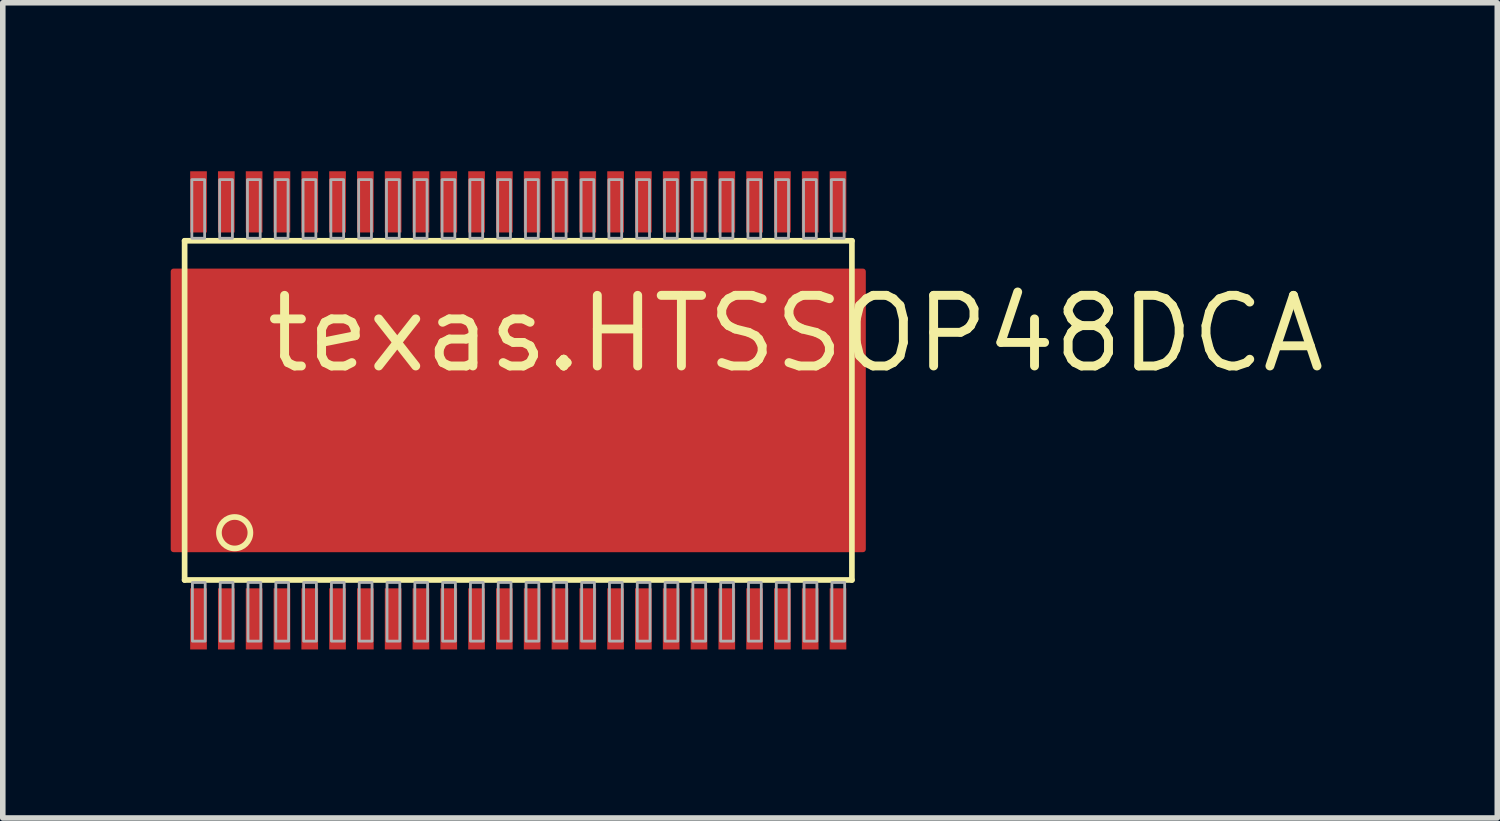
<source format=kicad_pcb>
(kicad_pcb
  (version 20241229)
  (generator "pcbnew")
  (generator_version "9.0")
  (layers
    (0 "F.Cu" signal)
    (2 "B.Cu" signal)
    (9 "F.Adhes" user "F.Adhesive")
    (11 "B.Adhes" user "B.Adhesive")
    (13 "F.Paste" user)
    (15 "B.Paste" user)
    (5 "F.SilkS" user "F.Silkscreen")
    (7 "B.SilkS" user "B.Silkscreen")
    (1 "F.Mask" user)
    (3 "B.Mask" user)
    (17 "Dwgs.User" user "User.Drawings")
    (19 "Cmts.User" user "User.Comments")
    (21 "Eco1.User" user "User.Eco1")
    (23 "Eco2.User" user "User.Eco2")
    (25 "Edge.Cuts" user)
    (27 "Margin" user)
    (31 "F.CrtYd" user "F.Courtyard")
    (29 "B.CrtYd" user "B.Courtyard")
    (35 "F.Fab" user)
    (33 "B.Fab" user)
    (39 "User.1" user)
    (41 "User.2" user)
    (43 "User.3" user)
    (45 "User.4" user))
  (footprint "texas.HTSSOP48DCA"
    (layer "F.Cu")
    (at 6.27 4.33)
    (property "Reference" "texas.HTSSOP48DCA" (at -4.61 -0.635 0) (layer "F.SilkS") (effects (font (size 1.27 1.27) (thickness 0.16)) (justify left bottom)))
    (attr smd)
    (fp_rect (start -6.245 2.55) (end 6.25 -2.55) (stroke (width 0.05) (type default)) (fill yes) (layer "F.Mask"))
    (fp_rect (start -5.905 -3.195) (end -5.595 -4.305) (stroke (width 0.05) (type default)) (fill yes) (layer "F.Mask"))
    (fp_rect (start -5.905 4.305) (end -5.595 3.195) (stroke (width 0.05) (type default)) (fill yes) (layer "F.Mask"))
    (fp_rect (start -5.405 -3.195) (end -5.095 -4.305) (stroke (width 0.05) (type default)) (fill yes) (layer "F.Mask"))
    (fp_rect (start -5.405 4.305) (end -5.095 3.195) (stroke (width 0.05) (type default)) (fill yes) (layer "F.Mask"))
    (fp_rect (start -4.905 -3.195) (end -4.595 -4.305) (stroke (width 0.05) (type default)) (fill yes) (layer "F.Mask"))
    (fp_rect (start -4.905 4.305) (end -4.595 3.195) (stroke (width 0.05) (type default)) (fill yes) (layer "F.Mask"))
    (fp_rect (start -4.405 -3.195) (end -4.095 -4.305) (stroke (width 0.05) (type default)) (fill yes) (layer "F.Mask"))
    (fp_rect (start -4.405 4.305) (end -4.095 3.195) (stroke (width 0.05) (type default)) (fill yes) (layer "F.Mask"))
    (fp_rect (start -3.905 -3.195) (end -3.595 -4.305) (stroke (width 0.05) (type default)) (fill yes) (layer "F.Mask"))
    (fp_rect (start -3.905 4.305) (end -3.595 3.195) (stroke (width 0.05) (type default)) (fill yes) (layer "F.Mask"))
    (fp_rect (start -3.405 -3.195) (end -3.095 -4.305) (stroke (width 0.05) (type default)) (fill yes) (layer "F.Mask"))
    (fp_rect (start -3.405 4.305) (end -3.095 3.195) (stroke (width 0.05) (type default)) (fill yes) (layer "F.Mask"))
    (fp_rect (start -2.905 -3.195) (end -2.595 -4.305) (stroke (width 0.05) (type default)) (fill yes) (layer "F.Mask"))
    (fp_rect (start -2.905 4.305) (end -2.595 3.195) (stroke (width 0.05) (type default)) (fill yes) (layer "F.Mask"))
    (fp_rect (start -2.405 -3.195) (end -2.095 -4.305) (stroke (width 0.05) (type default)) (fill yes) (layer "F.Mask"))
    (fp_rect (start -2.405 4.305) (end -2.095 3.195) (stroke (width 0.05) (type default)) (fill yes) (layer "F.Mask"))
    (fp_rect (start -1.905 -3.195) (end -1.595 -4.305) (stroke (width 0.05) (type default)) (fill yes) (layer "F.Mask"))
    (fp_rect (start -1.905 4.305) (end -1.595 3.195) (stroke (width 0.05) (type default)) (fill yes) (layer "F.Mask"))
    (fp_rect (start -1.405 -3.195) (end -1.095 -4.305) (stroke (width 0.05) (type default)) (fill yes) (layer "F.Mask"))
    (fp_rect (start -1.405 4.305) (end -1.095 3.195) (stroke (width 0.05) (type default)) (fill yes) (layer "F.Mask"))
    (fp_rect (start -0.905 -3.195) (end -0.595 -4.305) (stroke (width 0.05) (type default)) (fill yes) (layer "F.Mask"))
    (fp_rect (start -0.905 4.305) (end -0.595 3.195) (stroke (width 0.05) (type default)) (fill yes) (layer "F.Mask"))
    (fp_rect (start -0.405 -3.195) (end -0.095 -4.305) (stroke (width 0.05) (type default)) (fill yes) (layer "F.Mask"))
    (fp_rect (start -0.405 4.305) (end -0.095 3.195) (stroke (width 0.05) (type default)) (fill yes) (layer "F.Mask"))
    (fp_rect (start 0.095 -3.195) (end 0.405 -4.305) (stroke (width 0.05) (type default)) (fill yes) (layer "F.Mask"))
    (fp_rect (start 0.095 4.305) (end 0.405 3.195) (stroke (width 0.05) (type default)) (fill yes) (layer "F.Mask"))
    (fp_rect (start 0.595 -3.195) (end 0.905 -4.305) (stroke (width 0.05) (type default)) (fill yes) (layer "F.Mask"))
    (fp_rect (start 0.595 4.305) (end 0.905 3.195) (stroke (width 0.05) (type default)) (fill yes) (layer "F.Mask"))
    (fp_rect (start 1.095 -3.195) (end 1.405 -4.305) (stroke (width 0.05) (type default)) (fill yes) (layer "F.Mask"))
    (fp_rect (start 1.095 4.305) (end 1.405 3.195) (stroke (width 0.05) (type default)) (fill yes) (layer "F.Mask"))
    (fp_rect (start 1.595 -3.195) (end 1.905 -4.305) (stroke (width 0.05) (type default)) (fill yes) (layer "F.Mask"))
    (fp_rect (start 1.595 4.305) (end 1.905 3.195) (stroke (width 0.05) (type default)) (fill yes) (layer "F.Mask"))
    (fp_rect (start 2.095 -3.195) (end 2.405 -4.305) (stroke (width 0.05) (type default)) (fill yes) (layer "F.Mask"))
    (fp_rect (start 2.095 4.305) (end 2.405 3.195) (stroke (width 0.05) (type default)) (fill yes) (layer "F.Mask"))
    (fp_rect (start 2.595 -3.195) (end 2.905 -4.305) (stroke (width 0.05) (type default)) (fill yes) (layer "F.Mask"))
    (fp_rect (start 2.595 4.305) (end 2.905 3.195) (stroke (width 0.05) (type default)) (fill yes) (layer "F.Mask"))
    (fp_rect (start 3.095 -3.195) (end 3.405 -4.305) (stroke (width 0.05) (type default)) (fill yes) (layer "F.Mask"))
    (fp_rect (start 3.095 4.305) (end 3.405 3.195) (stroke (width 0.05) (type default)) (fill yes) (layer "F.Mask"))
    (fp_rect (start 3.595 -3.195) (end 3.905 -4.305) (stroke (width 0.05) (type default)) (fill yes) (layer "F.Mask"))
    (fp_rect (start 3.595 4.305) (end 3.905 3.195) (stroke (width 0.05) (type default)) (fill yes) (layer "F.Mask"))
    (fp_rect (start 4.095 -3.195) (end 4.405 -4.305) (stroke (width 0.05) (type default)) (fill yes) (layer "F.Mask"))
    (fp_rect (start 4.095 4.305) (end 4.405 3.195) (stroke (width 0.05) (type default)) (fill yes) (layer "F.Mask"))
    (fp_rect (start 4.595 -3.195) (end 4.905 -4.305) (stroke (width 0.05) (type default)) (fill yes) (layer "F.Mask"))
    (fp_rect (start 4.595 4.305) (end 4.905 3.195) (stroke (width 0.05) (type default)) (fill yes) (layer "F.Mask"))
    (fp_rect (start 5.095 -3.195) (end 5.405 -4.305) (stroke (width 0.05) (type default)) (fill yes) (layer "F.Mask"))
    (fp_rect (start 5.095 4.305) (end 5.405 3.195) (stroke (width 0.05) (type default)) (fill yes) (layer "F.Mask"))
    (fp_rect (start 5.595 -3.195) (end 5.905 -4.305) (stroke (width 0.05) (type default)) (fill yes) (layer "F.Mask"))
    (fp_rect (start 5.595 4.305) (end 5.905 3.195) (stroke (width 0.05) (type default)) (fill yes) (layer "F.Mask"))
    (fp_line (start -6 -3.05) (end 6 -3.05) (stroke (width 0.102) (type default)) (layer "F.SilkS"))
    (fp_line (start -6 3.05) (end -6 -3.05) (stroke (width 0.102) (type default)) (layer "F.SilkS"))
    (fp_line (start 6 -3.05) (end 6 3.05) (stroke (width 0.102) (type default)) (layer "F.SilkS"))
    (fp_line (start 6 3.05) (end -6 3.05) (stroke (width 0.102) (type default)) (layer "F.SilkS"))
    (fp_circle (center -5.1 2.2) (end -4.817 2.2) (stroke (width 0.102) (type default)) (fill no) (layer "F.SilkS"))
    (fp_rect (start -5.89 -3.215) (end -5.61 -4.285) (stroke (width 0.05) (type default)) (fill yes) (layer "F.Paste"))
    (fp_rect (start -5.89 4.285) (end -5.61 3.215) (stroke (width 0.05) (type default)) (fill yes) (layer "F.Paste"))
    (fp_rect (start -5.39 -3.215) (end -5.11 -4.285) (stroke (width 0.05) (type default)) (fill yes) (layer "F.Paste"))
    (fp_rect (start -5.39 4.285) (end -5.11 3.215) (stroke (width 0.05) (type default)) (fill yes) (layer "F.Paste"))
    (fp_rect (start -4.89 -3.215) (end -4.61 -4.285) (stroke (width 0.05) (type default)) (fill yes) (layer "F.Paste"))
    (fp_rect (start -4.89 4.285) (end -4.61 3.215) (stroke (width 0.05) (type default)) (fill yes) (layer "F.Paste"))
    (fp_rect (start -4.39 -3.215) (end -4.11 -4.285) (stroke (width 0.05) (type default)) (fill yes) (layer "F.Paste"))
    (fp_rect (start -4.39 4.285) (end -4.11 3.215) (stroke (width 0.05) (type default)) (fill yes) (layer "F.Paste"))
    (fp_rect (start -3.89 -3.215) (end -3.61 -4.285) (stroke (width 0.05) (type default)) (fill yes) (layer "F.Paste"))
    (fp_rect (start -3.89 4.285) (end -3.61 3.215) (stroke (width 0.05) (type default)) (fill yes) (layer "F.Paste"))
    (fp_rect (start -3.39 -3.215) (end -3.11 -4.285) (stroke (width 0.05) (type default)) (fill yes) (layer "F.Paste"))
    (fp_rect (start -3.39 4.285) (end -3.11 3.215) (stroke (width 0.05) (type default)) (fill yes) (layer "F.Paste"))
    (fp_rect (start -2.89 -3.215) (end -2.61 -4.285) (stroke (width 0.05) (type default)) (fill yes) (layer "F.Paste"))
    (fp_rect (start -2.89 4.285) (end -2.61 3.215) (stroke (width 0.05) (type default)) (fill yes) (layer "F.Paste"))
    (fp_rect (start -2.39 -3.215) (end -2.11 -4.285) (stroke (width 0.05) (type default)) (fill yes) (layer "F.Paste"))
    (fp_rect (start -2.39 4.285) (end -2.11 3.215) (stroke (width 0.05) (type default)) (fill yes) (layer "F.Paste"))
    (fp_rect (start -1.89 -3.215) (end -1.61 -4.285) (stroke (width 0.05) (type default)) (fill yes) (layer "F.Paste"))
    (fp_rect (start -1.89 4.285) (end -1.61 3.215) (stroke (width 0.05) (type default)) (fill yes) (layer "F.Paste"))
    (fp_rect (start -1.39 -3.215) (end -1.11 -4.285) (stroke (width 0.05) (type default)) (fill yes) (layer "F.Paste"))
    (fp_rect (start -1.39 4.285) (end -1.11 3.215) (stroke (width 0.05) (type default)) (fill yes) (layer "F.Paste"))
    (fp_rect (start -0.89 -3.215) (end -0.61 -4.285) (stroke (width 0.05) (type default)) (fill yes) (layer "F.Paste"))
    (fp_rect (start -0.89 4.285) (end -0.61 3.215) (stroke (width 0.05) (type default)) (fill yes) (layer "F.Paste"))
    (fp_rect (start -0.39 -3.215) (end -0.11 -4.285) (stroke (width 0.05) (type default)) (fill yes) (layer "F.Paste"))
    (fp_rect (start -0.39 4.285) (end -0.11 3.215) (stroke (width 0.05) (type default)) (fill yes) (layer "F.Paste"))
    (fp_rect (start 0.11 -3.215) (end 0.39 -4.285) (stroke (width 0.05) (type default)) (fill yes) (layer "F.Paste"))
    (fp_rect (start 0.11 4.285) (end 0.39 3.215) (stroke (width 0.05) (type default)) (fill yes) (layer "F.Paste"))
    (fp_rect (start 0.61 -3.215) (end 0.89 -4.285) (stroke (width 0.05) (type default)) (fill yes) (layer "F.Paste"))
    (fp_rect (start 0.61 4.285) (end 0.89 3.215) (stroke (width 0.05) (type default)) (fill yes) (layer "F.Paste"))
    (fp_rect (start 1.11 -3.215) (end 1.39 -4.285) (stroke (width 0.05) (type default)) (fill yes) (layer "F.Paste"))
    (fp_rect (start 1.11 4.285) (end 1.39 3.215) (stroke (width 0.05) (type default)) (fill yes) (layer "F.Paste"))
    (fp_rect (start 1.61 -3.215) (end 1.89 -4.285) (stroke (width 0.05) (type default)) (fill yes) (layer "F.Paste"))
    (fp_rect (start 1.61 4.285) (end 1.89 3.215) (stroke (width 0.05) (type default)) (fill yes) (layer "F.Paste"))
    (fp_rect (start 2.11 -3.215) (end 2.39 -4.285) (stroke (width 0.05) (type default)) (fill yes) (layer "F.Paste"))
    (fp_rect (start 2.11 4.285) (end 2.39 3.215) (stroke (width 0.05) (type default)) (fill yes) (layer "F.Paste"))
    (fp_rect (start 2.61 -3.215) (end 2.89 -4.285) (stroke (width 0.05) (type default)) (fill yes) (layer "F.Paste"))
    (fp_rect (start 2.61 4.285) (end 2.89 3.215) (stroke (width 0.05) (type default)) (fill yes) (layer "F.Paste"))
    (fp_rect (start 3.11 -3.215) (end 3.39 -4.285) (stroke (width 0.05) (type default)) (fill yes) (layer "F.Paste"))
    (fp_rect (start 3.11 4.285) (end 3.39 3.215) (stroke (width 0.05) (type default)) (fill yes) (layer "F.Paste"))
    (fp_rect (start 3.61 -3.215) (end 3.89 -4.285) (stroke (width 0.05) (type default)) (fill yes) (layer "F.Paste"))
    (fp_rect (start 3.61 4.285) (end 3.89 3.215) (stroke (width 0.05) (type default)) (fill yes) (layer "F.Paste"))
    (fp_rect (start 4.11 -3.215) (end 4.39 -4.285) (stroke (width 0.05) (type default)) (fill yes) (layer "F.Paste"))
    (fp_rect (start 4.11 4.285) (end 4.39 3.215) (stroke (width 0.05) (type default)) (fill yes) (layer "F.Paste"))
    (fp_rect (start 4.61 -3.215) (end 4.89 -4.285) (stroke (width 0.05) (type default)) (fill yes) (layer "F.Paste"))
    (fp_rect (start 4.61 4.285) (end 4.89 3.215) (stroke (width 0.05) (type default)) (fill yes) (layer "F.Paste"))
    (fp_rect (start 5.11 -3.215) (end 5.39 -4.285) (stroke (width 0.05) (type default)) (fill yes) (layer "F.Paste"))
    (fp_rect (start 5.11 4.285) (end 5.39 3.215) (stroke (width 0.05) (type default)) (fill yes) (layer "F.Paste"))
    (fp_rect (start 5.61 -3.215) (end 5.89 -4.285) (stroke (width 0.05) (type default)) (fill yes) (layer "F.Paste"))
    (fp_rect (start 5.61 4.285) (end 5.89 3.215) (stroke (width 0.05) (type default)) (fill yes) (layer "F.Paste"))
    (fp_rect (start -5.87 -3.095) (end -5.64 -4.15) (stroke (width 0.05) (type default)) (fill no) (layer "F.Fab"))
    (fp_rect (start -5.86 4.15) (end -5.63 3.095) (stroke (width 0.05) (type default)) (fill no) (layer "F.Fab"))
    (fp_rect (start -5.37 -3.095) (end -5.14 -4.15) (stroke (width 0.05) (type default)) (fill no) (layer "F.Fab"))
    (fp_rect (start -5.36 4.15) (end -5.13 3.095) (stroke (width 0.05) (type default)) (fill no) (layer "F.Fab"))
    (fp_rect (start -4.87 -3.095) (end -4.64 -4.15) (stroke (width 0.05) (type default)) (fill no) (layer "F.Fab"))
    (fp_rect (start -4.86 4.15) (end -4.63 3.095) (stroke (width 0.05) (type default)) (fill no) (layer "F.Fab"))
    (fp_rect (start -4.37 -3.095) (end -4.14 -4.15) (stroke (width 0.05) (type default)) (fill no) (layer "F.Fab"))
    (fp_rect (start -4.36 4.15) (end -4.13 3.095) (stroke (width 0.05) (type default)) (fill no) (layer "F.Fab"))
    (fp_rect (start -3.87 -3.095) (end -3.64 -4.15) (stroke (width 0.05) (type default)) (fill no) (layer "F.Fab"))
    (fp_rect (start -3.86 4.15) (end -3.63 3.095) (stroke (width 0.05) (type default)) (fill no) (layer "F.Fab"))
    (fp_rect (start -3.37 -3.095) (end -3.14 -4.15) (stroke (width 0.05) (type default)) (fill no) (layer "F.Fab"))
    (fp_rect (start -3.36 4.15) (end -3.13 3.095) (stroke (width 0.05) (type default)) (fill no) (layer "F.Fab"))
    (fp_rect (start -2.87 -3.095) (end -2.64 -4.15) (stroke (width 0.05) (type default)) (fill no) (layer "F.Fab"))
    (fp_rect (start -2.86 4.15) (end -2.63 3.095) (stroke (width 0.05) (type default)) (fill no) (layer "F.Fab"))
    (fp_rect (start -2.37 -3.095) (end -2.14 -4.15) (stroke (width 0.05) (type default)) (fill no) (layer "F.Fab"))
    (fp_rect (start -2.36 4.15) (end -2.13 3.095) (stroke (width 0.05) (type default)) (fill no) (layer "F.Fab"))
    (fp_rect (start -1.87 -3.095) (end -1.64 -4.15) (stroke (width 0.05) (type default)) (fill no) (layer "F.Fab"))
    (fp_rect (start -1.86 4.15) (end -1.63 3.095) (stroke (width 0.05) (type default)) (fill no) (layer "F.Fab"))
    (fp_rect (start -1.37 -3.095) (end -1.14 -4.15) (stroke (width 0.05) (type default)) (fill no) (layer "F.Fab"))
    (fp_rect (start -1.36 4.15) (end -1.13 3.095) (stroke (width 0.05) (type default)) (fill no) (layer "F.Fab"))
    (fp_rect (start -0.87 -3.095) (end -0.64 -4.15) (stroke (width 0.05) (type default)) (fill no) (layer "F.Fab"))
    (fp_rect (start -0.86 4.15) (end -0.63 3.095) (stroke (width 0.05) (type default)) (fill no) (layer "F.Fab"))
    (fp_rect (start -0.37 -3.095) (end -0.14 -4.15) (stroke (width 0.05) (type default)) (fill no) (layer "F.Fab"))
    (fp_rect (start -0.36 4.15) (end -0.13 3.095) (stroke (width 0.05) (type default)) (fill no) (layer "F.Fab"))
    (fp_rect (start 0.13 -3.095) (end 0.36 -4.15) (stroke (width 0.05) (type default)) (fill no) (layer "F.Fab"))
    (fp_rect (start 0.14 4.15) (end 0.37 3.095) (stroke (width 0.05) (type default)) (fill no) (layer "F.Fab"))
    (fp_rect (start 0.63 -3.095) (end 0.86 -4.15) (stroke (width 0.05) (type default)) (fill no) (layer "F.Fab"))
    (fp_rect (start 0.64 4.15) (end 0.87 3.095) (stroke (width 0.05) (type default)) (fill no) (layer "F.Fab"))
    (fp_rect (start 1.13 -3.095) (end 1.36 -4.15) (stroke (width 0.05) (type default)) (fill no) (layer "F.Fab"))
    (fp_rect (start 1.14 4.15) (end 1.37 3.095) (stroke (width 0.05) (type default)) (fill no) (layer "F.Fab"))
    (fp_rect (start 1.63 -3.095) (end 1.86 -4.15) (stroke (width 0.05) (type default)) (fill no) (layer "F.Fab"))
    (fp_rect (start 1.64 4.15) (end 1.87 3.095) (stroke (width 0.05) (type default)) (fill no) (layer "F.Fab"))
    (fp_rect (start 2.13 -3.095) (end 2.36 -4.15) (stroke (width 0.05) (type default)) (fill no) (layer "F.Fab"))
    (fp_rect (start 2.14 4.15) (end 2.37 3.095) (stroke (width 0.05) (type default)) (fill no) (layer "F.Fab"))
    (fp_rect (start 2.63 -3.095) (end 2.86 -4.15) (stroke (width 0.05) (type default)) (fill no) (layer "F.Fab"))
    (fp_rect (start 2.64 4.15) (end 2.87 3.095) (stroke (width 0.05) (type default)) (fill no) (layer "F.Fab"))
    (fp_rect (start 3.13 -3.095) (end 3.36 -4.15) (stroke (width 0.05) (type default)) (fill no) (layer "F.Fab"))
    (fp_rect (start 3.14 4.15) (end 3.37 3.095) (stroke (width 0.05) (type default)) (fill no) (layer "F.Fab"))
    (fp_rect (start 3.63 -3.095) (end 3.86 -4.15) (stroke (width 0.05) (type default)) (fill no) (layer "F.Fab"))
    (fp_rect (start 3.64 4.15) (end 3.87 3.095) (stroke (width 0.05) (type default)) (fill no) (layer "F.Fab"))
    (fp_rect (start 4.13 -3.095) (end 4.36 -4.15) (stroke (width 0.05) (type default)) (fill no) (layer "F.Fab"))
    (fp_rect (start 4.14 4.15) (end 4.37 3.095) (stroke (width 0.05) (type default)) (fill no) (layer "F.Fab"))
    (fp_rect (start 4.63 -3.095) (end 4.86 -4.15) (stroke (width 0.05) (type default)) (fill no) (layer "F.Fab"))
    (fp_rect (start 4.64 4.15) (end 4.87 3.095) (stroke (width 0.05) (type default)) (fill no) (layer "F.Fab"))
    (fp_rect (start 5.13 -3.095) (end 5.36 -4.15) (stroke (width 0.05) (type default)) (fill no) (layer "F.Fab"))
    (fp_rect (start 5.14 4.15) (end 5.37 3.095) (stroke (width 0.05) (type default)) (fill no) (layer "F.Fab"))
    (fp_rect (start 5.63 -3.095) (end 5.86 -4.15) (stroke (width 0.05) (type default)) (fill no) (layer "F.Fab"))
    (fp_rect (start 5.64 4.15) (end 5.87 3.095) (stroke (width 0.05) (type default)) (fill no) (layer "F.Fab"))
    (pad "1" smd roundrect (at -5.75 3.75) (size 0.3 1.1) (layers "F.Cu" "F.Mask" "F.Paste") (roundrect_rratio 0.01))
    (pad "2" smd roundrect (at -5.25 3.75) (size 0.3 1.1) (layers "F.Cu" "F.Mask" "F.Paste") (roundrect_rratio 0.01))
    (pad "3" smd roundrect (at -4.75 3.75) (size 0.3 1.1) (layers "F.Cu" "F.Mask" "F.Paste") (roundrect_rratio 0.01))
    (pad "4" smd roundrect (at -4.25 3.75) (size 0.3 1.1) (layers "F.Cu" "F.Mask" "F.Paste") (roundrect_rratio 0.01))
    (pad "5" smd roundrect (at -3.75 3.75) (size 0.3 1.1) (layers "F.Cu" "F.Mask" "F.Paste") (roundrect_rratio 0.01))
    (pad "6" smd roundrect (at -3.25 3.75) (size 0.3 1.1) (layers "F.Cu" "F.Mask" "F.Paste") (roundrect_rratio 0.01))
    (pad "7" smd roundrect (at -2.75 3.75) (size 0.3 1.1) (layers "F.Cu" "F.Mask" "F.Paste") (roundrect_rratio 0.01))
    (pad "8" smd roundrect (at -2.25 3.75) (size 0.3 1.1) (layers "F.Cu" "F.Mask" "F.Paste") (roundrect_rratio 0.01))
    (pad "9" smd roundrect (at -1.75 3.75) (size 0.3 1.1) (layers "F.Cu" "F.Mask" "F.Paste") (roundrect_rratio 0.01))
    (pad "10" smd roundrect (at -1.25 3.75) (size 0.3 1.1) (layers "F.Cu" "F.Mask" "F.Paste") (roundrect_rratio 0.01))
    (pad "11" smd roundrect (at -0.75 3.75) (size 0.3 1.1) (layers "F.Cu" "F.Mask" "F.Paste") (roundrect_rratio 0.01))
    (pad "12" smd roundrect (at -0.25 3.75) (size 0.3 1.1) (layers "F.Cu" "F.Mask" "F.Paste") (roundrect_rratio 0.01))
    (pad "13" smd roundrect (at 0.25 3.75) (size 0.3 1.1) (layers "F.Cu" "F.Mask" "F.Paste") (roundrect_rratio 0.01))
    (pad "14" smd roundrect (at 0.75 3.75) (size 0.3 1.1) (layers "F.Cu" "F.Mask" "F.Paste") (roundrect_rratio 0.01))
    (pad "15" smd roundrect (at 1.25 3.75) (size 0.3 1.1) (layers "F.Cu" "F.Mask" "F.Paste") (roundrect_rratio 0.01))
    (pad "16" smd roundrect (at 1.75 3.75) (size 0.3 1.1) (layers "F.Cu" "F.Mask" "F.Paste") (roundrect_rratio 0.01))
    (pad "17" smd roundrect (at 2.25 3.75) (size 0.3 1.1) (layers "F.Cu" "F.Mask" "F.Paste") (roundrect_rratio 0.01))
    (pad "18" smd roundrect (at 2.75 3.75) (size 0.3 1.1) (layers "F.Cu" "F.Mask" "F.Paste") (roundrect_rratio 0.01))
    (pad "19" smd roundrect (at 3.25 3.75) (size 0.3 1.1) (layers "F.Cu" "F.Mask" "F.Paste") (roundrect_rratio 0.01))
    (pad "20" smd roundrect (at 3.75 3.75) (size 0.3 1.1) (layers "F.Cu" "F.Mask" "F.Paste") (roundrect_rratio 0.01))
    (pad "21" smd roundrect (at 4.25 3.75) (size 0.3 1.1) (layers "F.Cu" "F.Mask" "F.Paste") (roundrect_rratio 0.01))
    (pad "22" smd roundrect (at 4.75 3.75) (size 0.3 1.1) (layers "F.Cu" "F.Mask" "F.Paste") (roundrect_rratio 0.01))
    (pad "23" smd roundrect (at 5.25 3.75) (size 0.3 1.1) (layers "F.Cu" "F.Mask" "F.Paste") (roundrect_rratio 0.01))
    (pad "24" smd roundrect (at 5.75 3.75) (size 0.3 1.1) (layers "F.Cu" "F.Mask" "F.Paste") (roundrect_rratio 0.01))
    (pad "25" smd roundrect (at 5.75 -3.75 180) (size 0.3 1.1) (layers "F.Cu" "F.Mask" "F.Paste") (roundrect_rratio 0.01))
    (pad "26" smd roundrect (at 5.25 -3.75 180) (size 0.3 1.1) (layers "F.Cu" "F.Mask" "F.Paste") (roundrect_rratio 0.01))
    (pad "27" smd roundrect (at 4.75 -3.75 180) (size 0.3 1.1) (layers "F.Cu" "F.Mask" "F.Paste") (roundrect_rratio 0.01))
    (pad "28" smd roundrect (at 4.25 -3.75 180) (size 0.3 1.1) (layers "F.Cu" "F.Mask" "F.Paste") (roundrect_rratio 0.01))
    (pad "29" smd roundrect (at 3.75 -3.75 180) (size 0.3 1.1) (layers "F.Cu" "F.Mask" "F.Paste") (roundrect_rratio 0.01))
    (pad "30" smd roundrect (at 3.25 -3.75 180) (size 0.3 1.1) (layers "F.Cu" "F.Mask" "F.Paste") (roundrect_rratio 0.01))
    (pad "31" smd roundrect (at 2.75 -3.75 180) (size 0.3 1.1) (layers "F.Cu" "F.Mask" "F.Paste") (roundrect_rratio 0.01))
    (pad "32" smd roundrect (at 2.25 -3.75 180) (size 0.3 1.1) (layers "F.Cu" "F.Mask" "F.Paste") (roundrect_rratio 0.01))
    (pad "33" smd roundrect (at 1.75 -3.75 180) (size 0.3 1.1) (layers "F.Cu" "F.Mask" "F.Paste") (roundrect_rratio 0.01))
    (pad "34" smd roundrect (at 1.25 -3.75 180) (size 0.3 1.1) (layers "F.Cu" "F.Mask" "F.Paste") (roundrect_rratio 0.01))
    (pad "35" smd roundrect (at 0.75 -3.75 180) (size 0.3 1.1) (layers "F.Cu" "F.Mask" "F.Paste") (roundrect_rratio 0.01))
    (pad "36" smd roundrect (at 0.25 -3.75 180) (size 0.3 1.1) (layers "F.Cu" "F.Mask" "F.Paste") (roundrect_rratio 0.01))
    (pad "37" smd roundrect (at -0.25 -3.75 180) (size 0.3 1.1) (layers "F.Cu" "F.Mask" "F.Paste") (roundrect_rratio 0.01))
    (pad "38" smd roundrect (at -0.75 -3.75 180) (size 0.3 1.1) (layers "F.Cu" "F.Mask" "F.Paste") (roundrect_rratio 0.01))
    (pad "39" smd roundrect (at -1.25 -3.75 180) (size 0.3 1.1) (layers "F.Cu" "F.Mask" "F.Paste") (roundrect_rratio 0.01))
    (pad "40" smd roundrect (at -1.75 -3.75 180) (size 0.3 1.1) (layers "F.Cu" "F.Mask" "F.Paste") (roundrect_rratio 0.01))
    (pad "41" smd roundrect (at -2.25 -3.75 180) (size 0.3 1.1) (layers "F.Cu" "F.Mask" "F.Paste") (roundrect_rratio 0.01))
    (pad "42" smd roundrect (at -2.75 -3.75 180) (size 0.3 1.1) (layers "F.Cu" "F.Mask" "F.Paste") (roundrect_rratio 0.01))
    (pad "43" smd roundrect (at -3.25 -3.75 180) (size 0.3 1.1) (layers "F.Cu" "F.Mask" "F.Paste") (roundrect_rratio 0.01))
    (pad "44" smd roundrect (at -3.75 -3.75 180) (size 0.3 1.1) (layers "F.Cu" "F.Mask" "F.Paste") (roundrect_rratio 0.01))
    (pad "45" smd roundrect (at -4.25 -3.75 180) (size 0.3 1.1) (layers "F.Cu" "F.Mask" "F.Paste") (roundrect_rratio 0.01))
    (pad "46" smd roundrect (at -4.75 -3.75 180) (size 0.3 1.1) (layers "F.Cu" "F.Mask" "F.Paste") (roundrect_rratio 0.01))
    (pad "47" smd roundrect (at -5.25 -3.75 180) (size 0.3 1.1) (layers "F.Cu" "F.Mask" "F.Paste") (roundrect_rratio 0.01))
    (pad "48" smd roundrect (at -5.75 -3.75 180) (size 0.3 1.1) (layers "F.Cu" "F.Mask" "F.Paste") (roundrect_rratio 0.01))
    (pad "EXP" smd roundrect (at 0 0) (size 12.5 5.1) (layers "F.Cu" "F.Mask" "F.Paste") (roundrect_rratio 0.01)))
  (gr_rect
    (start -3 -3)
    (end 23.876 11.66)
    (stroke (width 0.1) (type default))
    (fill no)
    (layer "Edge.Cuts")))
</source>
